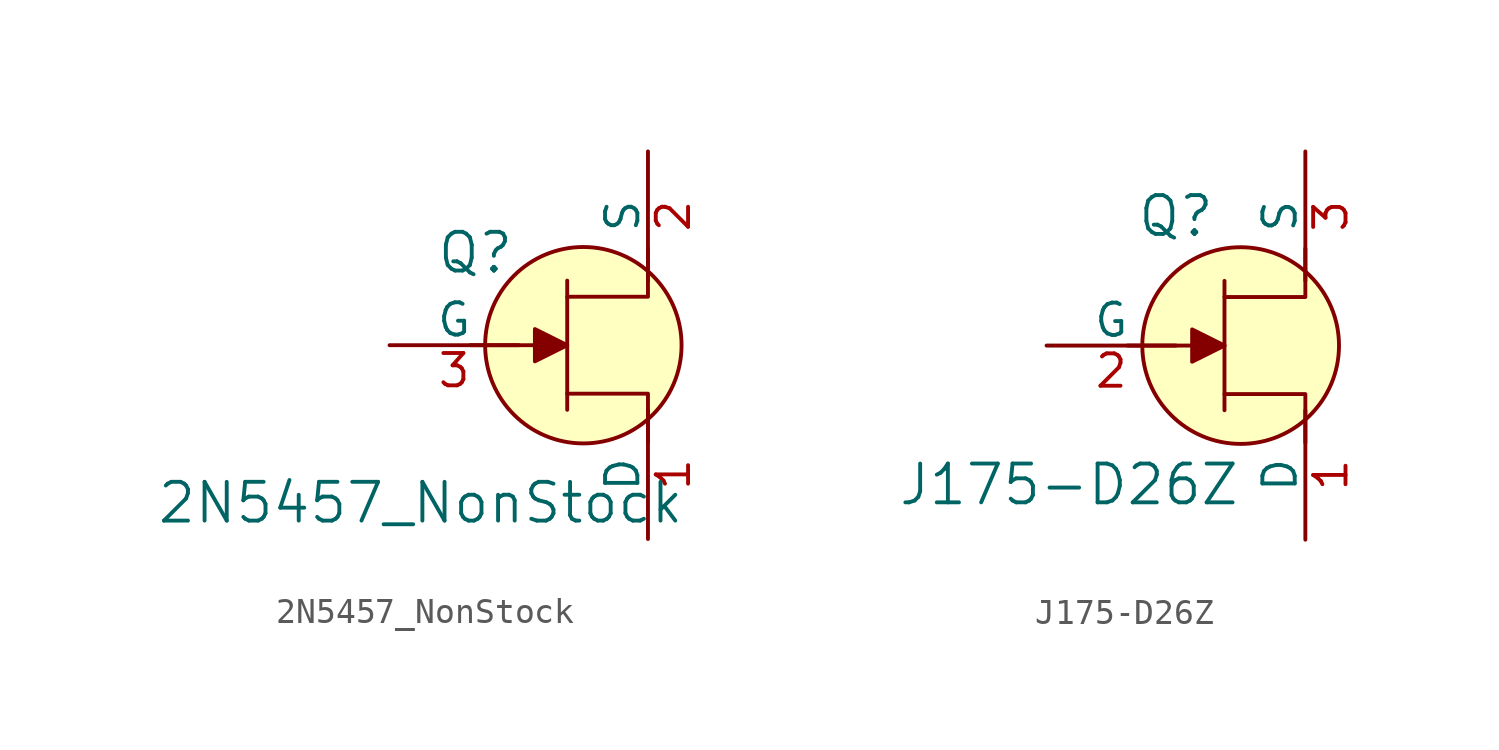
<source format=kicad_sym>
(kicad_symbol_lib
  (version 20201005)
  (generator kicad_symbol_editor)
  (symbol "2N5457_NonStock"
    (pin_names
      (offset 0))
    (property "Reference" "Q"
      (at -2.692 3.632 0)
      (effects (font (size 1.524 1.524)) (justify right)))
    (property "Value" "2N5457_NonStock"
      (at -6.401 -6.198 0)
      (effects (font (size 1.524 1.524))))
    (symbol "2N5457_NonStock_0_1"
      (polyline (pts (xy -0.635 -2.54) (xy -0.635 2.54)) (stroke (width 0)) (fill (type none)))
      (polyline (pts (xy -0.635 0) (xy -4.445 0)) (stroke (width 0)) (fill (type none)))
      (polyline (pts (xy -0.635 -1.905) (xy 2.54 -1.905) (xy 2.54 -3.81)) (stroke (width 0)) (fill (type none)))
      (polyline (pts (xy -0.635 1.905) (xy 2.54 1.905) (xy 2.54 3.81)) (stroke (width 0)) (fill (type none))))
    (symbol "2N5457_NonStock_1_1"
      (circle (center 0 0) (radius 3.861) (stroke (width 0)) (fill (type background)))
      (polyline (pts (xy -1.905 0.635) (xy -1.905 -0.635) (xy -0.635 0) (xy -1.905 0.635)) (stroke (width 0)) (fill (type outline)))
      (pin passive line (at 2.54 -7.62 90) (length 5.08) (name "D" (effects (font (size 1.27 1.27)))) (number "1" (effects (font (size 1.27 1.27)))))
      (pin passive line (at 2.54 7.62 270) (length 5.08) (name "S" (effects (font (size 1.27 1.27)))) (number "2" (effects (font (size 1.27 1.27)))))
      (pin input line (at -7.62 0 0) (length 5.08) (name "G" (effects (font (size 1.27 1.27)))) (number "3" (effects (font (size 1.27 1.27)))))))
  (symbol "J175-D26Z"
    (pin_names
      (offset 0))
    (property "Reference" "Q"
      (at -2.54 5.08 0)
      (effects (font (size 1.524 1.524))))
    (property "Value" "J175-D26Z"
      (at 0 -6.35 0)
      (effects (font (size 1.524 1.524)) (justify right bottom)))
    (symbol "J175-D26Z_0_1"
      (polyline (pts (xy -0.635 -2.54) (xy -0.635 2.54)) (stroke (width 0)) (fill (type none)))
      (polyline (pts (xy -0.635 0) (xy -4.445 0)) (stroke (width 0)) (fill (type none)))
      (polyline (pts (xy -0.635 -1.905) (xy 2.54 -1.905) (xy 2.54 -3.81)) (stroke (width 0)) (fill (type none)))
      (polyline (pts (xy -0.635 1.905) (xy 2.54 1.905) (xy 2.54 3.81)) (stroke (width 0)) (fill (type none))))
    (symbol "J175-D26Z_1_1"
      (circle (center 0 0) (radius 3.861) (stroke (width 0)) (fill (type background)))
      (polyline (pts (xy -1.905 0.635) (xy -1.905 -0.635) (xy -0.635 0) (xy -1.905 0.635)) (stroke (width 0)) (fill (type outline)))
      (pin bidirectional line (at 2.54 -7.62 90) (length 5.08) (name "D" (effects (font (size 1.27 1.27)))) (number "1" (effects (font (size 1.27 1.27)))))
      (pin input line (at -7.62 0 0) (length 5.08) (name "G" (effects (font (size 1.27 1.27)))) (number "2" (effects (font (size 1.27 1.27)))))
      (pin bidirectional line (at 2.54 7.62 270) (length 5.08) (name "S" (effects (font (size 1.27 1.27)))) (number "3" (effects (font (size 1.27 1.27))))))))
</source>
